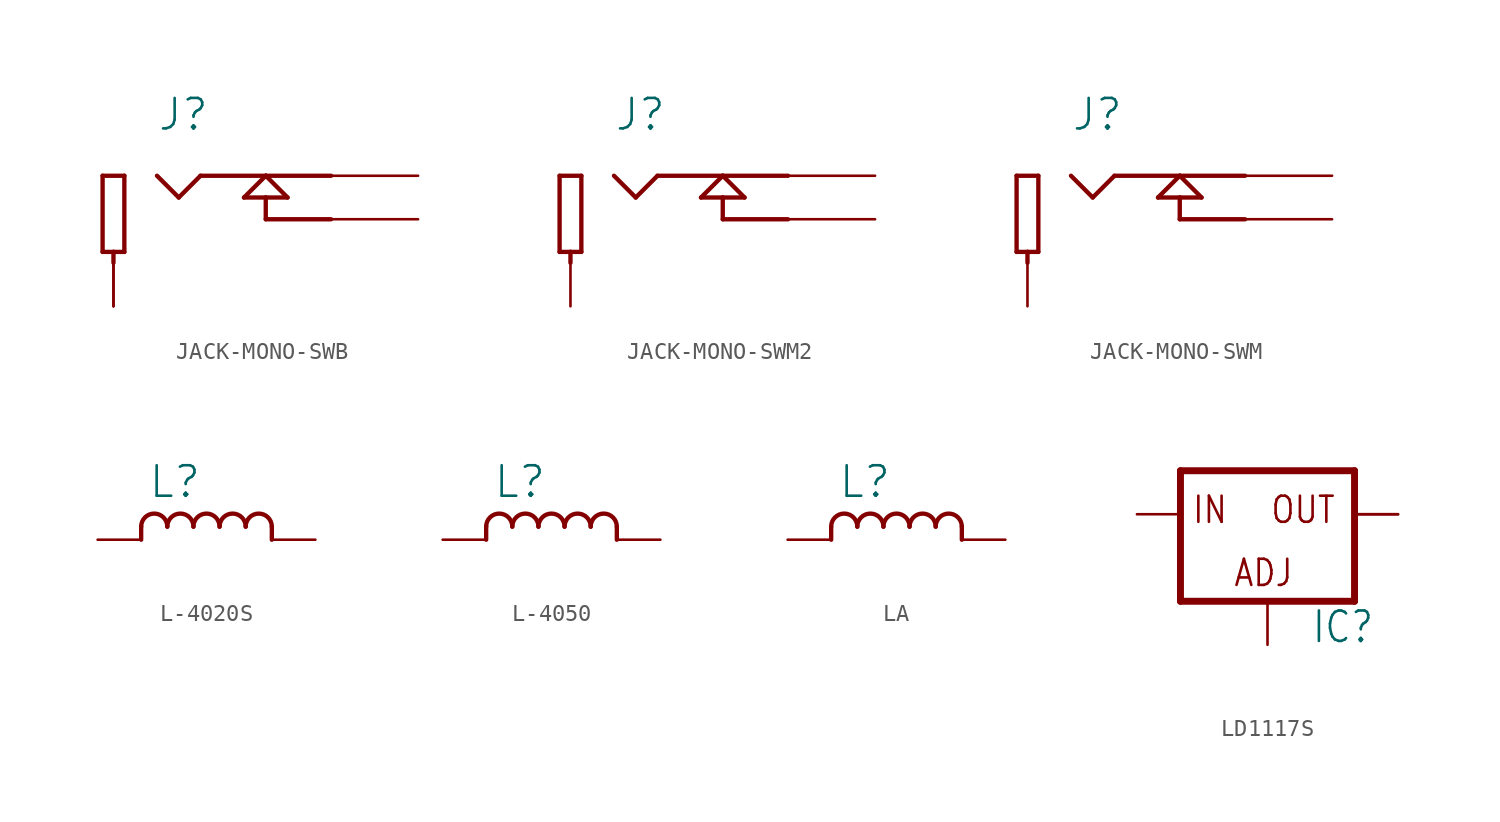
<source format=kicad_sym>
(kicad_symbol_lib
  (version 20231120)
  (generator "kicad_symbol_editor")
  (generator_version "8.0")
  (symbol "JACK-MONO-SWB"
    (property "Reference" "J"
      (at -7.62 5.08 0)
      (effects (font (size 1.778 1.778)) (justify left bottom)))
    (property "Value" ""
      (at -7.62 -5.08 0)
      (effects (font (size 1.778 1.778)) (justify left bottom)))
    (property "ki_locked" ""
      (at 0 0 0)
      (effects (font (size 1.27 1.27))))
    (symbol "JACK-MONO-SWB_1_0"
      (polyline (pts (xy -10.795 -1.905) (xy -10.16 -1.905)) (stroke (width 0.254) (type solid)) (fill (type none)))
      (polyline (pts (xy -10.795 2.54) (xy -10.795 -1.905)) (stroke (width 0.254) (type solid)) (fill (type none)))
      (polyline (pts (xy -10.16 -2.54) (xy -10.16 -1.905)) (stroke (width 0.254) (type solid)) (fill (type none)))
      (polyline (pts (xy -10.16 -1.905) (xy -9.525 -1.905)) (stroke (width 0.254) (type solid)) (fill (type none)))
      (polyline (pts (xy -9.525 -1.905) (xy -9.525 2.54)) (stroke (width 0.254) (type solid)) (fill (type none)))
      (polyline (pts (xy -9.525 2.54) (xy -10.795 2.54)) (stroke (width 0.254) (type solid)) (fill (type none)))
      (polyline (pts (xy -6.35 1.27) (xy -7.62 2.54)) (stroke (width 0.254) (type solid)) (fill (type none)))
      (polyline (pts (xy -5.08 2.54) (xy -6.35 1.27)) (stroke (width 0.254) (type solid)) (fill (type none)))
      (polyline (pts (xy -2.54 1.27) (xy -1.27 1.27)) (stroke (width 0.254) (type solid)) (fill (type none)))
      (polyline (pts (xy -1.27 0) (xy -1.27 1.27)) (stroke (width 0.254) (type solid)) (fill (type none)))
      (polyline (pts (xy -1.27 1.27) (xy 0 1.27)) (stroke (width 0.254) (type solid)) (fill (type none)))
      (polyline (pts (xy -1.27 2.54) (xy -5.08 2.54)) (stroke (width 0.254) (type solid)) (fill (type none)))
      (polyline (pts (xy -1.27 2.54) (xy -2.54 1.27)) (stroke (width 0.254) (type solid)) (fill (type none)))
      (polyline (pts (xy 0 1.27) (xy -1.27 2.54)) (stroke (width 0.254) (type solid)) (fill (type none)))
      (polyline (pts (xy 2.54 0) (xy -1.27 0)) (stroke (width 0.254) (type solid)) (fill (type none)))
      (polyline (pts (xy 2.54 2.54) (xy -1.27 2.54)) (stroke (width 0.254) (type solid)) (fill (type none)))
      (pin passive line (at -10.16 -5.08 90) (length 2.54) (name "SLEEVE" (effects (font (size 0 0)))) (number "GND" (effects (font (size 0 0)))))
      (pin passive line (at 7.62 2.54 180) (length 5.08) (name "TIP" (effects (font (size 0 0)))) (number "P$1" (effects (font (size 0 0)))))
      (pin passive line (at -10.16 -5.08 90) (length 2.54) (name "SLEEVE" (effects (font (size 0 0)))) (number "P$2" (effects (font (size 0 0)))))
      (pin passive line (at 7.62 0 180) (length 5.08) (name "TIP-SW" (effects (font (size 0 0)))) (number "P$3" (effects (font (size 0 0)))))))
  (symbol "JACK-MONO-SWM2"
    (property "Reference" "J"
      (at -7.62 5.08 0)
      (effects (font (size 1.778 1.778)) (justify left bottom)))
    (property "Value" ""
      (at -7.62 -5.08 0)
      (effects (font (size 1.778 1.778)) (justify left bottom)))
    (property "ki_locked" ""
      (at 0 0 0)
      (effects (font (size 1.27 1.27))))
    (symbol "JACK-MONO-SWM2_1_0"
      (polyline (pts (xy -10.795 -1.905) (xy -10.16 -1.905)) (stroke (width 0.254) (type solid)) (fill (type none)))
      (polyline (pts (xy -10.795 2.54) (xy -10.795 -1.905)) (stroke (width 0.254) (type solid)) (fill (type none)))
      (polyline (pts (xy -10.16 -2.54) (xy -10.16 -1.905)) (stroke (width 0.254) (type solid)) (fill (type none)))
      (polyline (pts (xy -10.16 -1.905) (xy -9.525 -1.905)) (stroke (width 0.254) (type solid)) (fill (type none)))
      (polyline (pts (xy -9.525 -1.905) (xy -9.525 2.54)) (stroke (width 0.254) (type solid)) (fill (type none)))
      (polyline (pts (xy -9.525 2.54) (xy -10.795 2.54)) (stroke (width 0.254) (type solid)) (fill (type none)))
      (polyline (pts (xy -6.35 1.27) (xy -7.62 2.54)) (stroke (width 0.254) (type solid)) (fill (type none)))
      (polyline (pts (xy -5.08 2.54) (xy -6.35 1.27)) (stroke (width 0.254) (type solid)) (fill (type none)))
      (polyline (pts (xy -2.54 1.27) (xy -1.27 1.27)) (stroke (width 0.254) (type solid)) (fill (type none)))
      (polyline (pts (xy -1.27 0) (xy -1.27 1.27)) (stroke (width 0.254) (type solid)) (fill (type none)))
      (polyline (pts (xy -1.27 1.27) (xy 0 1.27)) (stroke (width 0.254) (type solid)) (fill (type none)))
      (polyline (pts (xy -1.27 2.54) (xy -5.08 2.54)) (stroke (width 0.254) (type solid)) (fill (type none)))
      (polyline (pts (xy -1.27 2.54) (xy -2.54 1.27)) (stroke (width 0.254) (type solid)) (fill (type none)))
      (polyline (pts (xy 0 1.27) (xy -1.27 2.54)) (stroke (width 0.254) (type solid)) (fill (type none)))
      (polyline (pts (xy 2.54 0) (xy -1.27 0)) (stroke (width 0.254) (type solid)) (fill (type none)))
      (polyline (pts (xy 2.54 2.54) (xy -1.27 2.54)) (stroke (width 0.254) (type solid)) (fill (type none)))
      (pin passive line (at 7.62 2.54 180) (length 5.08) (name "TIP" (effects (font (size 0 0)))) (number "1" (effects (font (size 0 0)))))
      (pin passive line (at -10.16 -5.08 90) (length 2.54) (name "SLEEVE" (effects (font (size 0 0)))) (number "2" (effects (font (size 0 0)))))
      (pin passive line (at 7.62 0 180) (length 5.08) (name "TIP-SW" (effects (font (size 0 0)))) (number "3" (effects (font (size 0 0)))))))
  (symbol "JACK-MONO-SWM"
    (property "Reference" "J"
      (at -7.62 5.08 0)
      (effects (font (size 1.778 1.778)) (justify left bottom)))
    (property "Value" ""
      (at -7.62 -5.08 0)
      (effects (font (size 1.778 1.778)) (justify left bottom)))
    (property "ki_locked" ""
      (at 0 0 0)
      (effects (font (size 1.27 1.27))))
    (symbol "JACK-MONO-SWM_1_0"
      (polyline (pts (xy -10.795 -1.905) (xy -10.16 -1.905)) (stroke (width 0.254) (type solid)) (fill (type none)))
      (polyline (pts (xy -10.795 2.54) (xy -10.795 -1.905)) (stroke (width 0.254) (type solid)) (fill (type none)))
      (polyline (pts (xy -10.16 -2.54) (xy -10.16 -1.905)) (stroke (width 0.254) (type solid)) (fill (type none)))
      (polyline (pts (xy -10.16 -1.905) (xy -9.525 -1.905)) (stroke (width 0.254) (type solid)) (fill (type none)))
      (polyline (pts (xy -9.525 -1.905) (xy -9.525 2.54)) (stroke (width 0.254) (type solid)) (fill (type none)))
      (polyline (pts (xy -9.525 2.54) (xy -10.795 2.54)) (stroke (width 0.254) (type solid)) (fill (type none)))
      (polyline (pts (xy -6.35 1.27) (xy -7.62 2.54)) (stroke (width 0.254) (type solid)) (fill (type none)))
      (polyline (pts (xy -5.08 2.54) (xy -6.35 1.27)) (stroke (width 0.254) (type solid)) (fill (type none)))
      (polyline (pts (xy -2.54 1.27) (xy -1.27 1.27)) (stroke (width 0.254) (type solid)) (fill (type none)))
      (polyline (pts (xy -1.27 0) (xy -1.27 1.27)) (stroke (width 0.254) (type solid)) (fill (type none)))
      (polyline (pts (xy -1.27 1.27) (xy 0 1.27)) (stroke (width 0.254) (type solid)) (fill (type none)))
      (polyline (pts (xy -1.27 2.54) (xy -5.08 2.54)) (stroke (width 0.254) (type solid)) (fill (type none)))
      (polyline (pts (xy -1.27 2.54) (xy -2.54 1.27)) (stroke (width 0.254) (type solid)) (fill (type none)))
      (polyline (pts (xy 0 1.27) (xy -1.27 2.54)) (stroke (width 0.254) (type solid)) (fill (type none)))
      (polyline (pts (xy 2.54 0) (xy -1.27 0)) (stroke (width 0.254) (type solid)) (fill (type none)))
      (polyline (pts (xy 2.54 2.54) (xy -1.27 2.54)) (stroke (width 0.254) (type solid)) (fill (type none)))
      (pin passive line (at 7.62 2.54 180) (length 5.08) (name "TIP" (effects (font (size 0 0)))) (number "1" (effects (font (size 0 0)))))
      (pin passive line (at -10.16 -5.08 90) (length 2.54) (name "SLEEVE" (effects (font (size 0 0)))) (number "2" (effects (font (size 0 0)))))
      (pin passive line (at 7.62 0 180) (length 5.08) (name "TIP-SW" (effects (font (size 0 0)))) (number "3" (effects (font (size 0 0)))))))
  (symbol "L-4020S"
    (property "Reference" "L"
      (at -2.159 2.34 0)
      (effects (font (size 1.778 1.778)) (justify left bottom)))
    (property "Value" ""
      (at -2.794 -2.54 0)
      (effects (font (size 1.778 1.778)) (justify left bottom)))
    (property "ki_locked" ""
      (at 0 0 0)
      (effects (font (size 1.27 1.27))))
    (symbol "L-4020S_1_0"
      (arc (start -1.016 0.7618) (mid -1.7779 1.5239) (end -2.54 0.762) (stroke (width 0.254) (type solid)) (fill (type none)))
      (polyline (pts (xy -2.54 0.762) (xy -2.54 0)) (stroke (width 0.254) (type solid)) (fill (type none)))
      (polyline (pts (xy 5.08 0.762) (xy 5.08 0)) (stroke (width 0.254) (type solid)) (fill (type none)))
      (arc (start 0.508 0.7618) (mid -0.2539 1.5239) (end -1.016 0.762) (stroke (width 0.254) (type solid)) (fill (type none)))
      (arc (start 2.032 0.7618) (mid 1.2701 1.5239) (end 0.508 0.762) (stroke (width 0.254) (type solid)) (fill (type none)))
      (arc (start 3.556 0.7618) (mid 2.7941 1.5239) (end 2.032 0.762) (stroke (width 0.254) (type solid)) (fill (type none)))
      (arc (start 5.08 0.7618) (mid 4.3181 1.5239) (end 3.556 0.762) (stroke (width 0.254) (type solid)) (fill (type none)))
      (pin passive line (at -5.08 0 0) (length 2.54) (name "1" (effects (font (size 0 0)))) (number "P$1" (effects (font (size 0 0)))))
      (pin passive line (at 7.62 0 180) (length 2.54) (name "4" (effects (font (size 0 0)))) (number "P$2" (effects (font (size 0 0)))))))
  (symbol "L-4050"
    (property "Reference" "L"
      (at -2.159 2.34 0)
      (effects (font (size 1.778 1.778)) (justify left bottom)))
    (property "Value" ""
      (at -2.794 -2.54 0)
      (effects (font (size 1.778 1.778)) (justify left bottom)))
    (property "ki_locked" ""
      (at 0 0 0)
      (effects (font (size 1.27 1.27))))
    (symbol "L-4050_1_0"
      (arc (start -1.016 0.7618) (mid -1.7779 1.5239) (end -2.54 0.762) (stroke (width 0.254) (type solid)) (fill (type none)))
      (polyline (pts (xy -2.54 0.762) (xy -2.54 0)) (stroke (width 0.254) (type solid)) (fill (type none)))
      (polyline (pts (xy 5.08 0.762) (xy 5.08 0)) (stroke (width 0.254) (type solid)) (fill (type none)))
      (arc (start 0.508 0.7618) (mid -0.2539 1.5239) (end -1.016 0.762) (stroke (width 0.254) (type solid)) (fill (type none)))
      (arc (start 2.032 0.7618) (mid 1.2701 1.5239) (end 0.508 0.762) (stroke (width 0.254) (type solid)) (fill (type none)))
      (arc (start 3.556 0.7618) (mid 2.7941 1.5239) (end 2.032 0.762) (stroke (width 0.254) (type solid)) (fill (type none)))
      (arc (start 5.08 0.7618) (mid 4.3181 1.5239) (end 3.556 0.762) (stroke (width 0.254) (type solid)) (fill (type none)))
      (pin passive line (at -5.08 0 0) (length 2.54) (name "1" (effects (font (size 0 0)))) (number "1" (effects (font (size 0 0)))))
      (pin passive line (at 7.62 0 180) (length 2.54) (name "4" (effects (font (size 0 0)))) (number "2" (effects (font (size 0 0)))))))
  (symbol "LA"
    (property "Reference" "L"
      (at -2.159 2.34 0)
      (effects (font (size 1.778 1.778)) (justify left bottom)))
    (property "Value" ""
      (at -2.794 -2.54 0)
      (effects (font (size 1.778 1.778)) (justify left bottom)))
    (property "ki_locked" ""
      (at 0 0 0)
      (effects (font (size 1.27 1.27))))
    (symbol "LA_1_0"
      (arc (start -1.016 0.7618) (mid -1.7779 1.5239) (end -2.54 0.762) (stroke (width 0.254) (type solid)) (fill (type none)))
      (polyline (pts (xy -2.54 0.762) (xy -2.54 0)) (stroke (width 0.254) (type solid)) (fill (type none)))
      (polyline (pts (xy 5.08 0.762) (xy 5.08 0)) (stroke (width 0.254) (type solid)) (fill (type none)))
      (arc (start 0.508 0.7618) (mid -0.2539 1.5239) (end -1.016 0.762) (stroke (width 0.254) (type solid)) (fill (type none)))
      (arc (start 2.032 0.7618) (mid 1.2701 1.5239) (end 0.508 0.762) (stroke (width 0.254) (type solid)) (fill (type none)))
      (arc (start 3.556 0.7618) (mid 2.7941 1.5239) (end 2.032 0.762) (stroke (width 0.254) (type solid)) (fill (type none)))
      (arc (start 5.08 0.7618) (mid 4.3181 1.5239) (end 3.556 0.762) (stroke (width 0.254) (type solid)) (fill (type none)))
      (pin passive line (at -5.08 0 0) (length 2.54) (name "1" (effects (font (size 0 0)))) (number "1" (effects (font (size 0 0)))))
      (pin passive line (at 7.62 0 180) (length 2.54) (name "4" (effects (font (size 0 0)))) (number "2" (effects (font (size 0 0)))))))
  (symbol "LD1117S"
    (property "Reference" "IC"
      (at 2.54 -7.62 0)
      (effects (font (size 1.778 1.511)) (justify left bottom)))
    (property "Value" ""
      (at 2.54 -10.16 0)
      (effects (font (size 1.778 1.511)) (justify left bottom)))
    (property "ki_locked" ""
      (at 0 0 0)
      (effects (font (size 1.27 1.27))))
    (symbol "LD1117S_1_0"
      (polyline (pts (xy -5.08 -5.08) (xy 5.08 -5.08)) (stroke (width 0.406) (type solid)) (fill (type none)))
      (polyline (pts (xy -5.08 2.54) (xy -5.08 -5.08)) (stroke (width 0.406) (type solid)) (fill (type none)))
      (polyline (pts (xy 5.08 -5.08) (xy 5.08 2.54)) (stroke (width 0.406) (type solid)) (fill (type none)))
      (polyline (pts (xy 5.08 2.54) (xy -5.08 2.54)) (stroke (width 0.406) (type solid)) (fill (type none)))
      (text "ADJ" (at -2.032 -4.318 0) (effects (font (size 1.524 1.295)) (justify left bottom)))
      (text "IN" (at -4.445 -0.635 0) (effects (font (size 1.524 1.295)) (justify left bottom)))
      (text "OUT" (at 0.127 -0.635 0) (effects (font (size 1.524 1.295)) (justify left bottom)))
      (pin input line (at 0 -7.62 90) (length 2.54) (name "ADJ" (effects (font (size 0 0)))) (number "1" (effects (font (size 0 0)))))
      (pin passive line (at 7.62 0 180) (length 2.54) (name "OUT" (effects (font (size 0 0)))) (number "2" (effects (font (size 0 0)))))
      (pin input line (at -7.62 0 0) (length 2.54) (name "IN" (effects (font (size 0 0)))) (number "3" (effects (font (size 0 0)))))
      (pin passive line (at 7.62 0 180) (length 2.54) (name "OUT" (effects (font (size 0 0)))) (number "4" (effects (font (size 0 0))))))))
</source>
